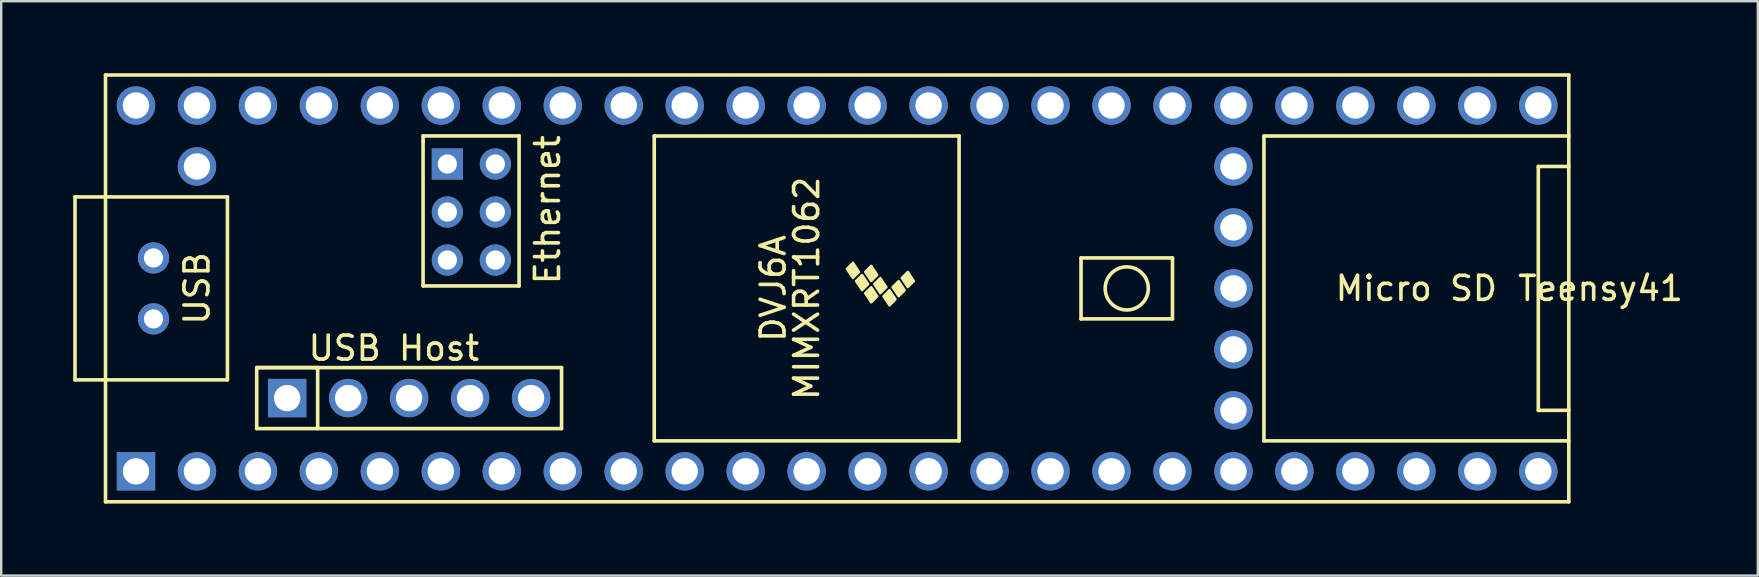
<source format=kicad_pcb>
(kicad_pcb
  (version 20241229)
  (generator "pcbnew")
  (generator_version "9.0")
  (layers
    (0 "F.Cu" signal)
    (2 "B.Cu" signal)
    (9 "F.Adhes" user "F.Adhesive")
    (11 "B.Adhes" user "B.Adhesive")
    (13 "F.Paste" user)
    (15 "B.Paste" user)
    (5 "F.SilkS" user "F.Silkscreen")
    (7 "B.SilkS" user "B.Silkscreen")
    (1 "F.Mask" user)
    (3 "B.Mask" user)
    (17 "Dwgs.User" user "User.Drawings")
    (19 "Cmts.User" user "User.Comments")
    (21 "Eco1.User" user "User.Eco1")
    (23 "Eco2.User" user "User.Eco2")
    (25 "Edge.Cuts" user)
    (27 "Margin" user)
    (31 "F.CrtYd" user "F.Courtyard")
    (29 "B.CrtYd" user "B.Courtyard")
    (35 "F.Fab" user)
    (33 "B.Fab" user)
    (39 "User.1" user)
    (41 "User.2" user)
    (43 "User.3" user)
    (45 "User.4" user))
  (footprint "Teensy41"
    (layer "F.Cu")
    (at 31.825 8.965)
    (property "Reference" "Teensy41" (at 31.801 0 180) (layer "F.SilkS") (effects (font (size 1 1) (thickness 0.15))))
    (attr through_hole)
    (fp_line (start -31.75 -3.81) (end -30.48 -3.81) (stroke (width 0.15) (type solid)) (layer "F.SilkS"))
    (fp_line (start -31.75 3.81) (end -31.75 -3.81) (stroke (width 0.15) (type solid)) (layer "F.SilkS"))
    (fp_line (start -30.48 -8.89) (end 30.48 -8.89) (stroke (width 0.15) (type solid)) (layer "F.SilkS"))
    (fp_line (start -30.48 3.81) (end -31.75 3.81) (stroke (width 0.15) (type solid)) (layer "F.SilkS"))
    (fp_line (start -30.48 8.89) (end -30.48 -8.89) (stroke (width 0.15) (type solid)) (layer "F.SilkS"))
    (fp_line (start -25.4 -3.81) (end -30.48 -3.81) (stroke (width 0.15) (type solid)) (layer "F.SilkS"))
    (fp_line (start -25.4 3.81) (end -30.48 3.81) (stroke (width 0.15) (type solid)) (layer "F.SilkS"))
    (fp_line (start -25.4 3.81) (end -25.4 -3.81) (stroke (width 0.15) (type solid)) (layer "F.SilkS"))
    (fp_line (start -24.181 3.299) (end -21.641 3.299) (stroke (width 0.15) (type solid)) (layer "F.SilkS"))
    (fp_line (start -24.181 3.299) (end -11.481 3.299) (stroke (width 0.15) (type solid)) (layer "F.SilkS"))
    (fp_line (start -24.181 5.839) (end -24.181 3.299) (stroke (width 0.15) (type solid)) (layer "F.SilkS"))
    (fp_line (start -21.641 3.299) (end -21.641 5.839) (stroke (width 0.15) (type solid)) (layer "F.SilkS"))
    (fp_line (start -17.25 -6.352) (end -17.25 -6.102) (stroke (width 0.15) (type solid)) (layer "F.SilkS"))
    (fp_line (start -17.25 -6.102) (end -17.25 -0.102) (stroke (width 0.15) (type solid)) (layer "F.SilkS"))
    (fp_line (start -17.25 -0.102) (end -13.25 -0.102) (stroke (width 0.15) (type solid)) (layer "F.SilkS"))
    (fp_line (start -13.25 -6.352) (end -17.25 -6.352) (stroke (width 0.15) (type solid)) (layer "F.SilkS"))
    (fp_line (start -13.25 -0.102) (end -13.25 -6.352) (stroke (width 0.15) (type solid)) (layer "F.SilkS"))
    (fp_line (start -11.481 3.299) (end -11.481 5.839) (stroke (width 0.15) (type solid)) (layer "F.SilkS"))
    (fp_line (start -11.481 5.839) (end -24.181 5.839) (stroke (width 0.15) (type solid)) (layer "F.SilkS"))
    (fp_line (start -7.62 -6.35) (end -7.62 6.35) (stroke (width 0.15) (type solid)) (layer "F.SilkS"))
    (fp_line (start -7.62 6.35) (end 5.08 6.35) (stroke (width 0.15) (type solid)) (layer "F.SilkS"))
    (fp_line (start 5.08 -6.35) (end -7.62 -6.35) (stroke (width 0.15) (type solid)) (layer "F.SilkS"))
    (fp_line (start 5.08 6.35) (end 5.08 -6.35) (stroke (width 0.15) (type solid)) (layer "F.SilkS"))
    (fp_line (start 10.16 -1.27) (end 13.97 -1.27) (stroke (width 0.15) (type solid)) (layer "F.SilkS"))
    (fp_line (start 10.16 1.27) (end 10.16 -1.27) (stroke (width 0.15) (type solid)) (layer "F.SilkS"))
    (fp_line (start 13.97 -1.27) (end 13.97 1.27) (stroke (width 0.15) (type solid)) (layer "F.SilkS"))
    (fp_line (start 13.97 1.27) (end 10.16 1.27) (stroke (width 0.15) (type solid)) (layer "F.SilkS"))
    (fp_line (start 17.78 -6.35) (end 17.78 6.35) (stroke (width 0.15) (type solid)) (layer "F.SilkS"))
    (fp_line (start 17.78 6.35) (end 30.48 6.35) (stroke (width 0.15) (type solid)) (layer "F.SilkS"))
    (fp_line (start 29.21 -5.08) (end 29.21 5.08) (stroke (width 0.15) (type solid)) (layer "F.SilkS"))
    (fp_line (start 29.21 5.08) (end 30.48 5.08) (stroke (width 0.15) (type solid)) (layer "F.SilkS"))
    (fp_line (start 30.48 -8.89) (end 30.48 8.89) (stroke (width 0.15) (type solid)) (layer "F.SilkS"))
    (fp_line (start 30.48 -6.35) (end 17.78 -6.35) (stroke (width 0.15) (type solid)) (layer "F.SilkS"))
    (fp_line (start 30.48 -5.08) (end 29.21 -5.08) (stroke (width 0.15) (type solid)) (layer "F.SilkS"))
    (fp_line (start 30.48 8.89) (end -30.48 8.89) (stroke (width 0.15) (type solid)) (layer "F.SilkS"))
    (fp_circle (center 12.065 0) (end 12.7 -0.635) (stroke (width 0.15) (type solid)) (fill no) (layer "F.SilkS"))
    (fp_poly (pts (xy 0.911 -0.688) (xy 0.657 -0.434) (xy 0.403 -0.815) (xy 0.657 -1.069)) (stroke (width 0.1) (type solid)) (fill yes) (layer "F.SilkS"))
    (fp_poly (pts (xy 1.292 -0.18) (xy 1.038 0.074) (xy 0.784 -0.307) (xy 1.038 -0.561)) (stroke (width 0.1) (type solid)) (fill yes) (layer "F.SilkS"))
    (fp_poly (pts (xy 1.673 -0.561) (xy 1.419 -0.307) (xy 1.165 -0.688) (xy 1.419 -0.942)) (stroke (width 0.1) (type solid)) (fill yes) (layer "F.SilkS"))
    (fp_poly (pts (xy 1.673 0.328) (xy 1.419 0.582) (xy 1.165 0.201) (xy 1.419 -0.053)) (stroke (width 0.1) (type solid)) (fill yes) (layer "F.SilkS"))
    (fp_poly (pts (xy 2.054 -0.053) (xy 1.8 0.201) (xy 1.546 -0.18) (xy 1.8 -0.434)) (stroke (width 0.1) (type solid)) (fill yes) (layer "F.SilkS"))
    (fp_poly (pts (xy 2.435 0.455) (xy 2.181 0.709) (xy 1.927 0.328) (xy 2.181 0.074)) (stroke (width 0.1) (type solid)) (fill yes) (layer "F.SilkS"))
    (fp_poly (pts (xy 2.816 0.074) (xy 2.562 0.328) (xy 2.308 -0.053) (xy 2.562 -0.307)) (stroke (width 0.1) (type solid)) (fill yes) (layer "F.SilkS"))
    (fp_poly (pts (xy 3.197 -0.307) (xy 2.943 -0.053) (xy 2.689 -0.434) (xy 2.943 -0.688)) (stroke (width 0.1) (type solid)) (fill yes) (layer "F.SilkS"))
    (fp_text user "USB" (at -26.67 0 270) (layer "F.SilkS") (effects (font (size 1 1) (thickness 0.15))))
    (fp_text user "Micro SD" (at 24.13 0 0) (layer "F.SilkS") (effects (font (size 1 1) (thickness 0.15))))
    (fp_text user "Ethernet" (at -12.065 -3.277 90) (layer "F.SilkS") (effects (font (size 1 1) (thickness 0.15))))
    (fp_text user "DVJ6A" (at -2.667 0 270) (layer "F.SilkS") (effects (font (size 1 1) (thickness 0.15))))
    (fp_text user "USB Host" (at -18.466 2.489 0) (layer "F.SilkS") (effects (font (size 1 1) (thickness 0.15))))
    (fp_text user "MIMXRT1062" (at -1.27 0 270) (layer "F.SilkS") (effects (font (size 1 1) (thickness 0.15))))
    (pad "1" thru_hole rect (at -29.21 7.62) (size 1.6 1.6) (drill 1.1) (layers "*.Cu" "*.Mask"))
    (pad "2" thru_hole circle (at -26.67 7.62) (size 1.6 1.6) (drill 1.1) (layers "*.Cu" "*.Mask"))
    (pad "3" thru_hole circle (at -24.13 7.62) (size 1.6 1.6) (drill 1.1) (layers "*.Cu" "*.Mask"))
    (pad "4" thru_hole circle (at -21.59 7.62) (size 1.6 1.6) (drill 1.1) (layers "*.Cu" "*.Mask"))
    (pad "5" thru_hole circle (at -19.05 7.62) (size 1.6 1.6) (drill 1.1) (layers "*.Cu" "*.Mask"))
    (pad "6" thru_hole circle (at -16.51 7.62) (size 1.6 1.6) (drill 1.1) (layers "*.Cu" "*.Mask"))
    (pad "7" thru_hole circle (at -13.97 7.62) (size 1.6 1.6) (drill 1.1) (layers "*.Cu" "*.Mask"))
    (pad "8" thru_hole circle (at -11.43 7.62) (size 1.6 1.6) (drill 1.1) (layers "*.Cu" "*.Mask"))
    (pad "9" thru_hole circle (at -8.89 7.62) (size 1.6 1.6) (drill 1.1) (layers "*.Cu" "*.Mask"))
    (pad "10" thru_hole circle (at -6.35 7.62) (size 1.6 1.6) (drill 1.1) (layers "*.Cu" "*.Mask"))
    (pad "11" thru_hole circle (at -3.81 7.62) (size 1.6 1.6) (drill 1.1) (layers "*.Cu" "*.Mask"))
    (pad "12" thru_hole circle (at -1.27 7.62) (size 1.6 1.6) (drill 1.1) (layers "*.Cu" "*.Mask"))
    (pad "13" thru_hole circle (at 1.27 7.62) (size 1.6 1.6) (drill 1.1) (layers "*.Cu" "*.Mask"))
    (pad "14" thru_hole circle (at 3.81 7.62) (size 1.6 1.6) (drill 1.1) (layers "*.Cu" "*.Mask"))
    (pad "15" thru_hole circle (at 6.35 7.62) (size 1.6 1.6) (drill 1.1) (layers "*.Cu" "*.Mask"))
    (pad "16" thru_hole circle (at 8.89 7.62) (size 1.6 1.6) (drill 1.1) (layers "*.Cu" "*.Mask"))
    (pad "17" thru_hole circle (at 11.43 7.62) (size 1.6 1.6) (drill 1.1) (layers "*.Cu" "*.Mask"))
    (pad "18" thru_hole circle (at 13.97 7.62) (size 1.6 1.6) (drill 1.1) (layers "*.Cu" "*.Mask"))
    (pad "19" thru_hole circle (at 16.51 7.62) (size 1.6 1.6) (drill 1.1) (layers "*.Cu" "*.Mask"))
    (pad "20" thru_hole circle (at 19.05 7.62) (size 1.6 1.6) (drill 1.1) (layers "*.Cu" "*.Mask"))
    (pad "21" thru_hole circle (at 21.59 7.62) (size 1.6 1.6) (drill 1.1) (layers "*.Cu" "*.Mask"))
    (pad "22" thru_hole circle (at 24.13 7.62) (size 1.6 1.6) (drill 1.1) (layers "*.Cu" "*.Mask"))
    (pad "23" thru_hole circle (at 26.67 7.62) (size 1.6 1.6) (drill 1.1) (layers "*.Cu" "*.Mask"))
    (pad "24" thru_hole circle (at 29.21 7.62) (size 1.6 1.6) (drill 1.1) (layers "*.Cu" "*.Mask"))
    (pad "25" thru_hole circle (at 29.21 -7.62) (size 1.6 1.6) (drill 1.1) (layers "*.Cu" "*.Mask"))
    (pad "26" thru_hole circle (at 26.67 -7.62) (size 1.6 1.6) (drill 1.1) (layers "*.Cu" "*.Mask"))
    (pad "27" thru_hole circle (at 24.13 -7.62) (size 1.6 1.6) (drill 1.1) (layers "*.Cu" "*.Mask"))
    (pad "28" thru_hole circle (at 21.59 -7.62) (size 1.6 1.6) (drill 1.1) (layers "*.Cu" "*.Mask"))
    (pad "29" thru_hole circle (at 19.05 -7.62) (size 1.6 1.6) (drill 1.1) (layers "*.Cu" "*.Mask"))
    (pad "30" thru_hole circle (at 16.51 -7.62) (size 1.6 1.6) (drill 1.1) (layers "*.Cu" "*.Mask"))
    (pad "31" thru_hole circle (at 13.97 -7.62) (size 1.6 1.6) (drill 1.1) (layers "*.Cu" "*.Mask"))
    (pad "32" thru_hole circle (at 11.43 -7.62) (size 1.6 1.6) (drill 1.1) (layers "*.Cu" "*.Mask"))
    (pad "33" thru_hole circle (at 8.89 -7.62) (size 1.6 1.6) (drill 1.1) (layers "*.Cu" "*.Mask"))
    (pad "34" thru_hole circle (at 6.35 -7.62) (size 1.6 1.6) (drill 1.1) (layers "*.Cu" "*.Mask"))
    (pad "35" thru_hole circle (at 3.81 -7.62) (size 1.6 1.6) (drill 1.1) (layers "*.Cu" "*.Mask"))
    (pad "36" thru_hole circle (at 1.27 -7.62) (size 1.6 1.6) (drill 1.1) (layers "*.Cu" "*.Mask"))
    (pad "37" thru_hole circle (at -1.27 -7.62) (size 1.6 1.6) (drill 1.1) (layers "*.Cu" "*.Mask"))
    (pad "38" thru_hole circle (at -3.81 -7.62) (size 1.6 1.6) (drill 1.1) (layers "*.Cu" "*.Mask"))
    (pad "39" thru_hole circle (at -6.35 -7.62) (size 1.6 1.6) (drill 1.1) (layers "*.Cu" "*.Mask"))
    (pad "40" thru_hole circle (at -8.89 -7.62) (size 1.6 1.6) (drill 1.1) (layers "*.Cu" "*.Mask"))
    (pad "41" thru_hole circle (at -11.43 -7.62) (size 1.6 1.6) (drill 1.1) (layers "*.Cu" "*.Mask"))
    (pad "42" thru_hole circle (at -13.97 -7.62) (size 1.6 1.6) (drill 1.1) (layers "*.Cu" "*.Mask"))
    (pad "43" thru_hole circle (at -16.51 -7.62) (size 1.6 1.6) (drill 1.1) (layers "*.Cu" "*.Mask"))
    (pad "44" thru_hole circle (at -19.05 -7.62) (size 1.6 1.6) (drill 1.1) (layers "*.Cu" "*.Mask"))
    (pad "45" thru_hole circle (at -21.59 -7.62) (size 1.6 1.6) (drill 1.1) (layers "*.Cu" "*.Mask"))
    (pad "46" thru_hole circle (at -24.13 -7.62) (size 1.6 1.6) (drill 1.1) (layers "*.Cu" "*.Mask"))
    (pad "47" thru_hole circle (at -26.67 -7.62) (size 1.6 1.6) (drill 1.1) (layers "*.Cu" "*.Mask"))
    (pad "48" thru_hole circle (at -29.21 -7.62) (size 1.6 1.6) (drill 1.1) (layers "*.Cu" "*.Mask"))
    (pad "49" thru_hole circle (at -26.67 -5.08) (size 1.6 1.6) (drill 1.1) (layers "*.Cu" "*.Mask"))
    (pad "50" thru_hole circle (at 16.51 5.08) (size 1.6 1.6) (drill 1.1) (layers "*.Cu" "*.Mask"))
    (pad "51" thru_hole circle (at 16.51 2.54) (size 1.6 1.6) (drill 1.1) (layers "*.Cu" "*.Mask"))
    (pad "52" thru_hole circle (at 16.51 0) (size 1.6 1.6) (drill 1.1) (layers "*.Cu" "*.Mask"))
    (pad "53" thru_hole circle (at 16.51 -2.54) (size 1.6 1.6) (drill 1.1) (layers "*.Cu" "*.Mask"))
    (pad "54" thru_hole circle (at 16.51 -5.08) (size 1.6 1.6) (drill 1.1) (layers "*.Cu" "*.Mask"))
    (pad "55" thru_hole rect (at -22.911 4.569) (size 1.6 1.6) (drill 1.1) (layers "*.Cu" "*.Mask"))
    (pad "56" thru_hole circle (at -20.371 4.569) (size 1.6 1.6) (drill 1.1) (layers "*.Cu" "*.Mask"))
    (pad "57" thru_hole circle (at -17.831 4.569) (size 1.6 1.6) (drill 1.1) (layers "*.Cu" "*.Mask"))
    (pad "58" thru_hole circle (at -15.291 4.569) (size 1.6 1.6) (drill 1.1) (layers "*.Cu" "*.Mask"))
    (pad "59" thru_hole circle (at -12.751 4.569) (size 1.6 1.6) (drill 1.1) (layers "*.Cu" "*.Mask"))
    (pad "60" thru_hole rect (at -16.24 -5.182) (size 1.3 1.3) (drill 0.8) (layers "*.Cu" "*.Mask"))
    (pad "61" thru_hole circle (at -16.24 -3.182) (size 1.3 1.3) (drill 0.8) (layers "*.Cu" "*.Mask"))
    (pad "62" thru_hole circle (at -16.24 -1.182) (size 1.3 1.3) (drill 0.8) (layers "*.Cu" "*.Mask"))
    (pad "63" thru_hole circle (at -14.24 -1.182) (size 1.3 1.3) (drill 0.8) (layers "*.Cu" "*.Mask"))
    (pad "64" thru_hole circle (at -14.24 -3.182) (size 1.3 1.3) (drill 0.8) (layers "*.Cu" "*.Mask"))
    (pad "65" thru_hole circle (at -14.24 -5.182) (size 1.3 1.3) (drill 0.8) (layers "*.Cu" "*.Mask"))
    (pad "66" thru_hole circle (at -28.48 -1.27) (size 1.3 1.3) (drill 0.8) (layers "*.Cu" "*.Mask"))
    (pad "67" thru_hole circle (at -28.48 1.27) (size 1.3 1.3) (drill 0.8) (layers "*.Cu" "*.Mask")))
  (gr_rect
    (start -3 -3)
    (end 70.179 20.93)
    (stroke (width 0.1) (type default))
    (fill no)
    (layer "Edge.Cuts")))
</source>
